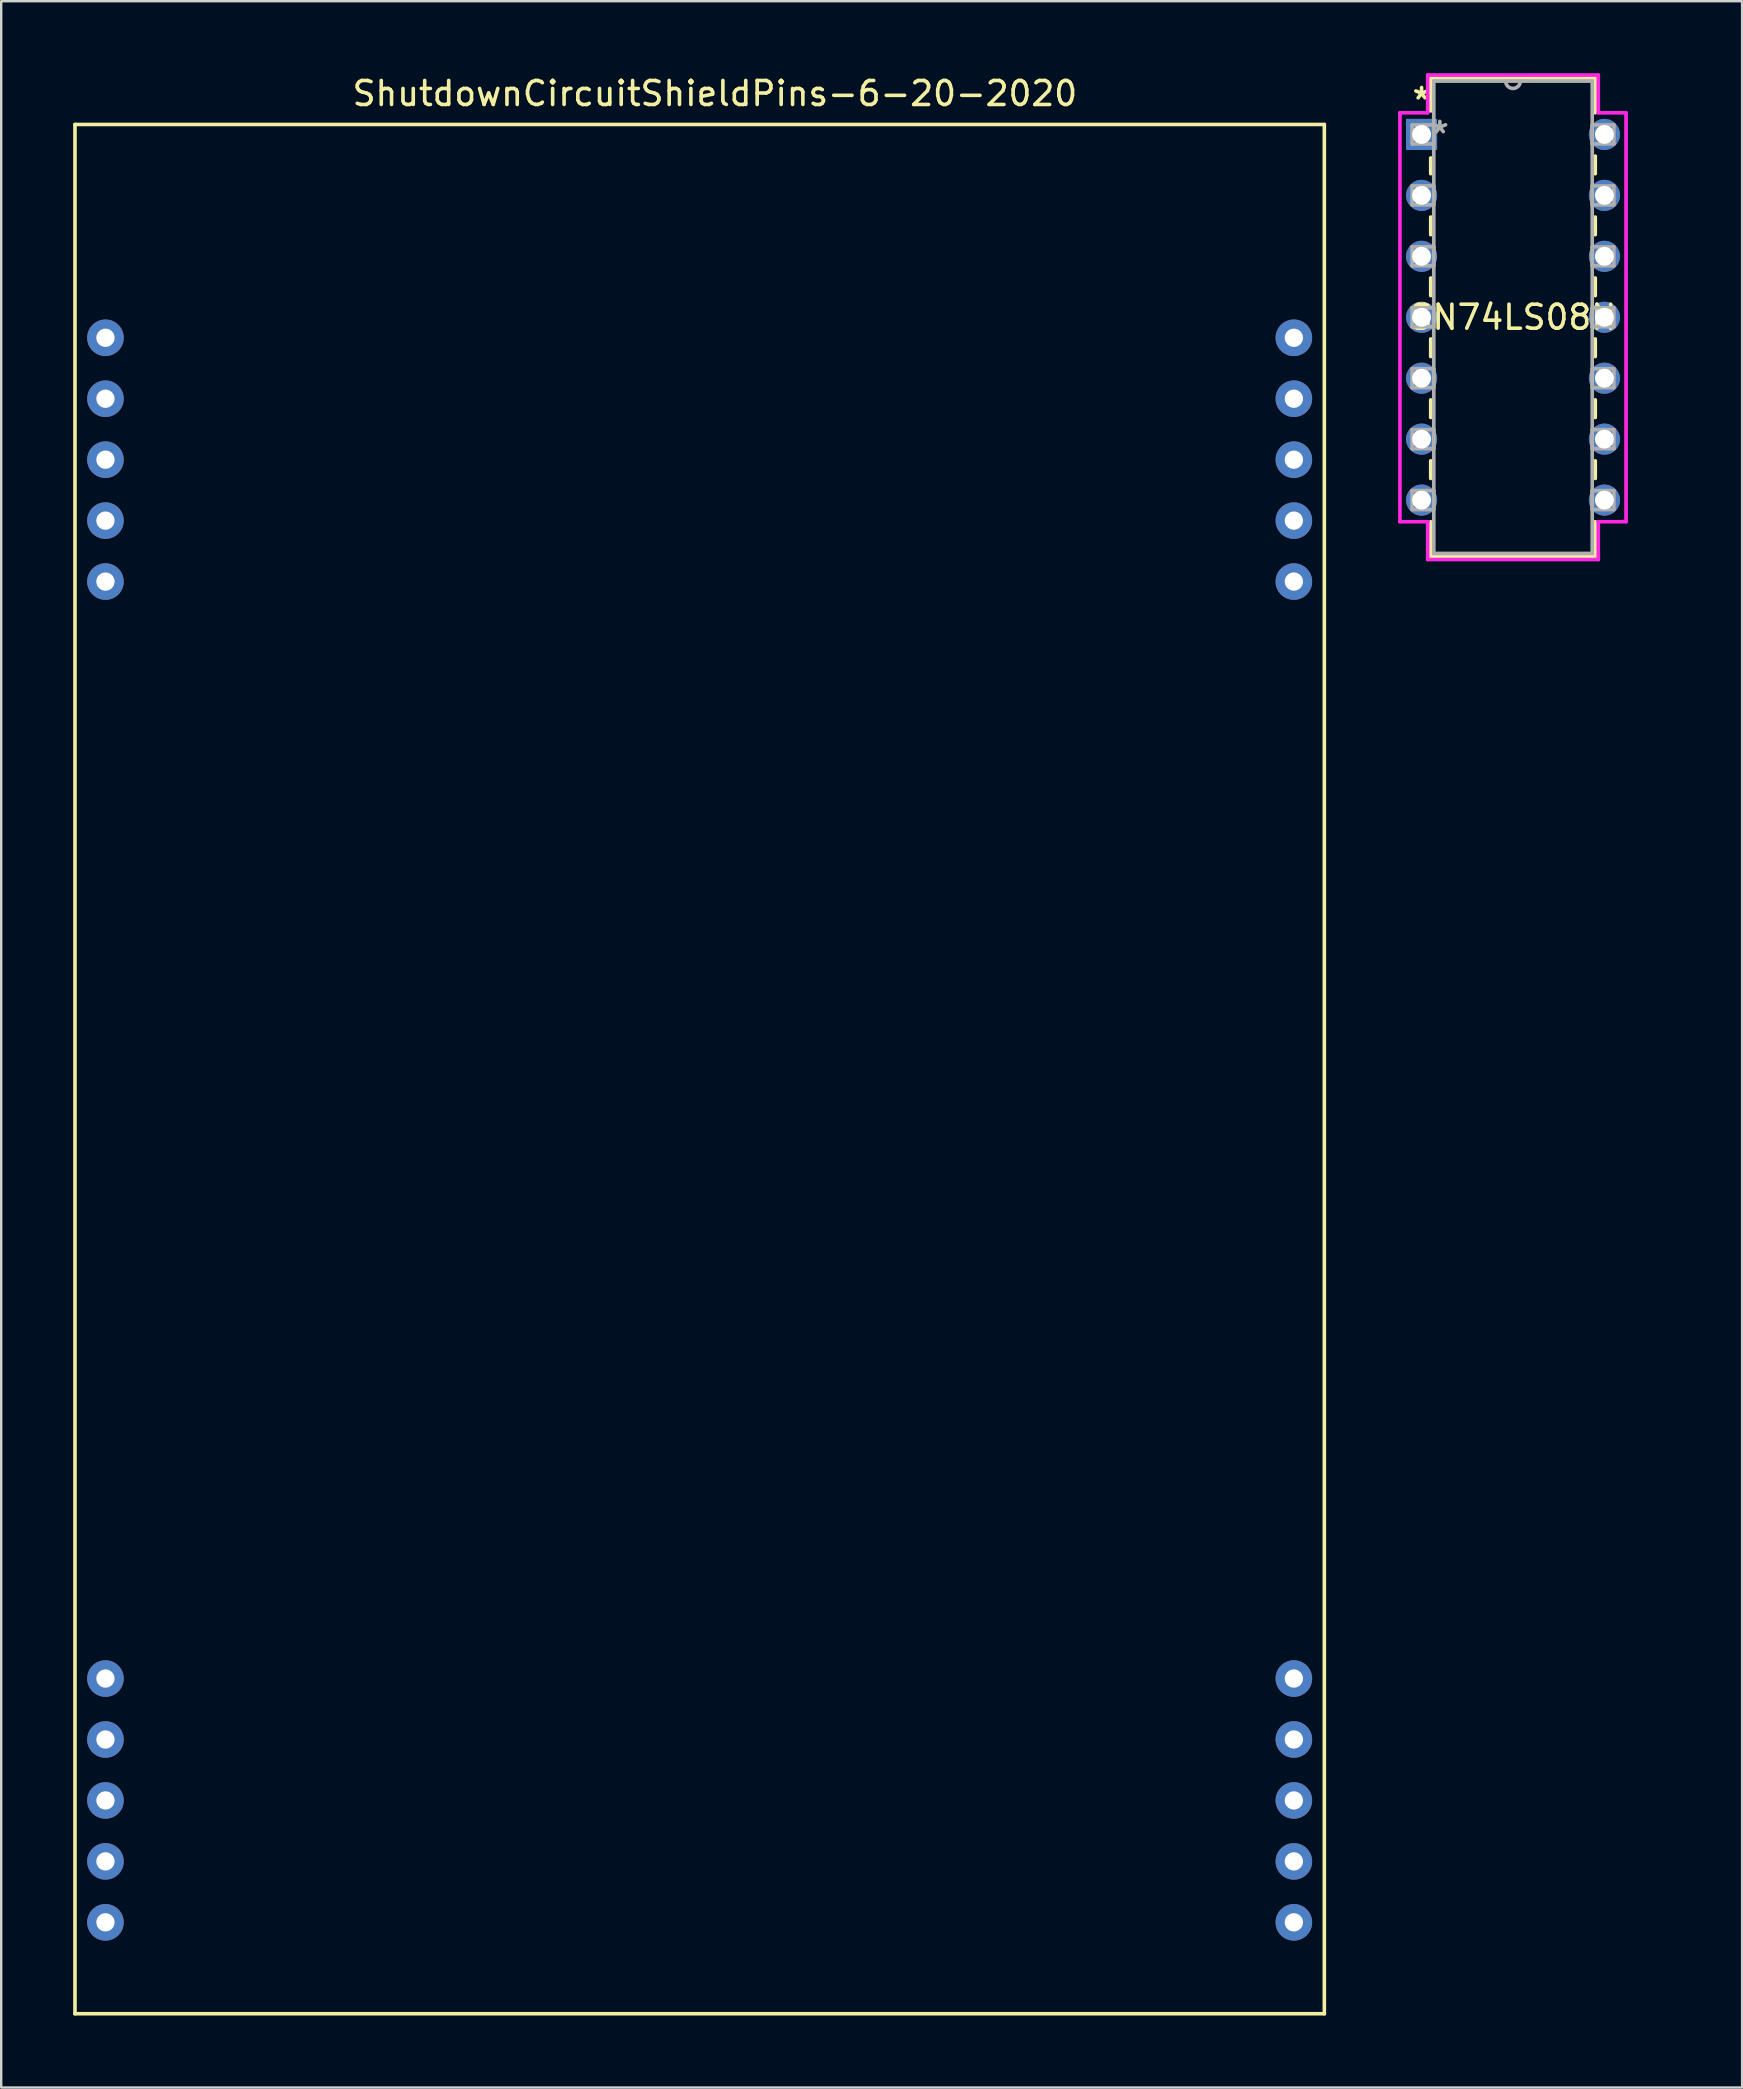
<source format=kicad_pcb>
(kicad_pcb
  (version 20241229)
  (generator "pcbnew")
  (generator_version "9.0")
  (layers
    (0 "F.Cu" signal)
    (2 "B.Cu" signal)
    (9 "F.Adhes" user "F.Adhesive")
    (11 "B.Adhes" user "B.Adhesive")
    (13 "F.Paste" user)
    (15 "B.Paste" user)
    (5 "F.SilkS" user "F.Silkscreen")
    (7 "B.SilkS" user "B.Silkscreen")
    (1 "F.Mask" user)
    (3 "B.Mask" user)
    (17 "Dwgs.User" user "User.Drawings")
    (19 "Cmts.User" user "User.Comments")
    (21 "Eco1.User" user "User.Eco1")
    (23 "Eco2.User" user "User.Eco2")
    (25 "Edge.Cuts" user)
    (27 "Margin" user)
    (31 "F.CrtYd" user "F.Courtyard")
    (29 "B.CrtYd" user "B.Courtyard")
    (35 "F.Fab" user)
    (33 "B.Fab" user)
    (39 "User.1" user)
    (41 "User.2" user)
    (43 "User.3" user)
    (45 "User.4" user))
  (footprint "ShutdownCircuitShieldPins-6-20-2020"
    (layer "F.Cu")
    (at 25.983 41.508)
    (property "Reference" "ShutdownCircuitShieldPins-6-20-2020" (at 0.762 -40.66 0) (layer "F.SilkS") (effects (font (size 1 1) (thickness 0.15))))
    (attr through_hole)
    (fp_line (start -25.908 -39.37) (end -25.908 39.37) (stroke (width 0.15) (type solid)) (layer "F.SilkS"))
    (fp_line (start -25.908 39.37) (end 26.162 39.37) (stroke (width 0.15) (type solid)) (layer "F.SilkS"))
    (fp_line (start 26.162 -39.37) (end -25.908 -39.37) (stroke (width 0.15) (type solid)) (layer "F.SilkS"))
    (fp_line (start 26.162 39.37) (end 26.162 -39.37) (stroke (width 0.15) (type solid)) (layer "F.SilkS"))
    (pad "1" thru_hole circle (at 24.892 -30.48) (size 1.524 1.524) (drill 0.762) (layers "*.Cu" "*.Mask"))
    (pad "2" thru_hole circle (at 24.892 -27.94) (size 1.524 1.524) (drill 0.762) (layers "*.Cu" "*.Mask"))
    (pad "3" thru_hole circle (at 24.892 -25.4) (size 1.524 1.524) (drill 0.762) (layers "*.Cu" "*.Mask"))
    (pad "4" thru_hole circle (at 24.892 -22.86) (size 1.524 1.524) (drill 0.762) (layers "*.Cu" "*.Mask"))
    (pad "5" thru_hole circle (at 24.892 -20.32) (size 1.524 1.524) (drill 0.762) (layers "*.Cu" "*.Mask"))
    (pad "6" thru_hole circle (at 24.892 25.4) (size 1.524 1.524) (drill 0.762) (layers "*.Cu" "*.Mask"))
    (pad "7" thru_hole circle (at 24.892 27.94) (size 1.524 1.524) (drill 0.762) (layers "*.Cu" "*.Mask"))
    (pad "8" thru_hole circle (at 24.892 30.48) (size 1.524 1.524) (drill 0.762) (layers "*.Cu" "*.Mask"))
    (pad "9" thru_hole circle (at 24.892 33.02) (size 1.524 1.524) (drill 0.762) (layers "*.Cu" "*.Mask"))
    (pad "10" thru_hole circle (at 24.892 35.56) (size 1.524 1.524) (drill 0.762) (layers "*.Cu" "*.Mask"))
    (pad "11" thru_hole circle (at -24.638 35.56) (size 1.524 1.524) (drill 0.762) (layers "*.Cu" "*.Mask"))
    (pad "12" thru_hole circle (at -24.638 33.02) (size 1.524 1.524) (drill 0.762) (layers "*.Cu" "*.Mask"))
    (pad "13" thru_hole circle (at -24.638 30.48) (size 1.524 1.524) (drill 0.762) (layers "*.Cu" "*.Mask"))
    (pad "14" thru_hole circle (at -24.638 27.94) (size 1.524 1.524) (drill 0.762) (layers "*.Cu" "*.Mask"))
    (pad "15" thru_hole circle (at -24.638 25.4) (size 1.524 1.524) (drill 0.762) (layers "*.Cu" "*.Mask"))
    (pad "16" thru_hole circle (at -24.638 -20.32) (size 1.524 1.524) (drill 0.762) (layers "*.Cu" "*.Mask"))
    (pad "17" thru_hole circle (at -24.638 -22.86) (size 1.524 1.524) (drill 0.762) (layers "*.Cu" "*.Mask" "B.Paste"))
    (pad "18" thru_hole circle (at -24.638 -25.4) (size 1.524 1.524) (drill 0.762) (layers "*.Cu" "*.Mask"))
    (pad "19" thru_hole circle (at -24.638 -27.94) (size 1.524 1.524) (drill 0.762) (layers "*.Cu" "*.Mask"))
    (pad "20" thru_hole circle (at -24.638 -30.48) (size 1.524 1.524) (drill 0.762) (layers "*.Cu" "*.Mask")))
  (footprint "SN74LS08N"
    (layer "F.Cu")
    (at 63.818 17.793)
    (property "Reference" "SN74LS08N" (at -3.81 -7.62 0) (layer "F.SilkS") (effects (font (size 1 1) (thickness 0.15))))
    (attr through_hole)
    (fp_line (start -7.239 -17.59) (end -7.239 -16.22) (stroke (width 0.152) (type solid)) (layer "F.SilkS"))
    (fp_line (start -7.239 -14.26) (end -7.239 -13.603) (stroke (width 0.152) (type solid)) (layer "F.SilkS"))
    (fp_line (start -7.239 -11.797) (end -7.239 -11.063) (stroke (width 0.152) (type solid)) (layer "F.SilkS"))
    (fp_line (start -7.239 -9.257) (end -7.239 -8.523) (stroke (width 0.152) (type solid)) (layer "F.SilkS"))
    (fp_line (start -7.239 -6.717) (end -7.239 -5.983) (stroke (width 0.152) (type solid)) (layer "F.SilkS"))
    (fp_line (start -7.239 -4.177) (end -7.239 -3.443) (stroke (width 0.152) (type solid)) (layer "F.SilkS"))
    (fp_line (start -7.239 -1.637) (end -7.239 -0.903) (stroke (width 0.152) (type solid)) (layer "F.SilkS"))
    (fp_line (start -7.239 0.903) (end -7.239 2.349) (stroke (width 0.152) (type solid)) (layer "F.SilkS"))
    (fp_line (start -7.239 2.349) (end -0.381 2.349) (stroke (width 0.152) (type solid)) (layer "F.SilkS"))
    (fp_line (start -0.381 -17.59) (end -7.239 -17.59) (stroke (width 0.152) (type solid)) (layer "F.SilkS"))
    (fp_line (start -0.381 -16.143) (end -0.381 -17.59) (stroke (width 0.152) (type solid)) (layer "F.SilkS"))
    (fp_line (start -0.381 -13.603) (end -0.381 -14.337) (stroke (width 0.152) (type solid)) (layer "F.SilkS"))
    (fp_line (start -0.381 -11.063) (end -0.381 -11.797) (stroke (width 0.152) (type solid)) (layer "F.SilkS"))
    (fp_line (start -0.381 -8.523) (end -0.381 -9.257) (stroke (width 0.152) (type solid)) (layer "F.SilkS"))
    (fp_line (start -0.381 -5.983) (end -0.381 -6.717) (stroke (width 0.152) (type solid)) (layer "F.SilkS"))
    (fp_line (start -0.381 -3.443) (end -0.381 -4.177) (stroke (width 0.152) (type solid)) (layer "F.SilkS"))
    (fp_line (start -0.381 -0.903) (end -0.381 -1.637) (stroke (width 0.152) (type solid)) (layer "F.SilkS"))
    (fp_line (start -0.381 2.349) (end -0.381 0.903) (stroke (width 0.152) (type solid)) (layer "F.SilkS"))
    (fp_line (start -8.522 -16.142) (end -8.522 0.902) (stroke (width 0.152) (type solid)) (layer "F.CrtYd"))
    (fp_line (start -8.522 0.902) (end -7.366 0.902) (stroke (width 0.152) (type solid)) (layer "F.CrtYd"))
    (fp_line (start -7.366 -17.716) (end -7.366 -16.142) (stroke (width 0.152) (type solid)) (layer "F.CrtYd"))
    (fp_line (start -7.366 -16.142) (end -8.522 -16.142) (stroke (width 0.152) (type solid)) (layer "F.CrtYd"))
    (fp_line (start -7.366 0.902) (end -7.366 2.477) (stroke (width 0.152) (type solid)) (layer "F.CrtYd"))
    (fp_line (start -7.366 2.477) (end -0.254 2.477) (stroke (width 0.152) (type solid)) (layer "F.CrtYd"))
    (fp_line (start -0.254 -17.716) (end -7.366 -17.716) (stroke (width 0.152) (type solid)) (layer "F.CrtYd"))
    (fp_line (start -0.254 -16.142) (end -0.254 -17.716) (stroke (width 0.152) (type solid)) (layer "F.CrtYd"))
    (fp_line (start -0.254 0.902) (end 0.902 0.902) (stroke (width 0.152) (type solid)) (layer "F.CrtYd"))
    (fp_line (start -0.254 2.477) (end -0.254 0.902) (stroke (width 0.152) (type solid)) (layer "F.CrtYd"))
    (fp_line (start 0.902 -16.142) (end -0.254 -16.142) (stroke (width 0.152) (type solid)) (layer "F.CrtYd"))
    (fp_line (start 0.902 0.902) (end 0.902 -16.142) (stroke (width 0.152) (type solid)) (layer "F.CrtYd"))
    (fp_line (start -8.014 -15.634) (end -8.014 -14.846) (stroke (width 0.152) (type solid)) (layer "F.Fab"))
    (fp_line (start -8.014 -14.846) (end -7.112 -14.846) (stroke (width 0.152) (type solid)) (layer "F.Fab"))
    (fp_line (start -8.014 -13.094) (end -8.014 -12.306) (stroke (width 0.152) (type solid)) (layer "F.Fab"))
    (fp_line (start -8.014 -12.306) (end -7.112 -12.306) (stroke (width 0.152) (type solid)) (layer "F.Fab"))
    (fp_line (start -8.014 -10.554) (end -8.014 -9.766) (stroke (width 0.152) (type solid)) (layer "F.Fab"))
    (fp_line (start -8.014 -9.766) (end -7.112 -9.766) (stroke (width 0.152) (type solid)) (layer "F.Fab"))
    (fp_line (start -8.014 -8.014) (end -8.014 -7.226) (stroke (width 0.152) (type solid)) (layer "F.Fab"))
    (fp_line (start -8.014 -7.226) (end -7.112 -7.226) (stroke (width 0.152) (type solid)) (layer "F.Fab"))
    (fp_line (start -8.014 -5.474) (end -8.014 -4.686) (stroke (width 0.152) (type solid)) (layer "F.Fab"))
    (fp_line (start -8.014 -4.686) (end -7.112 -4.686) (stroke (width 0.152) (type solid)) (layer "F.Fab"))
    (fp_line (start -8.014 -2.934) (end -8.014 -2.146) (stroke (width 0.152) (type solid)) (layer "F.Fab"))
    (fp_line (start -8.014 -2.146) (end -7.112 -2.146) (stroke (width 0.152) (type solid)) (layer "F.Fab"))
    (fp_line (start -8.014 -0.394) (end -8.014 0.394) (stroke (width 0.152) (type solid)) (layer "F.Fab"))
    (fp_line (start -8.014 0.394) (end -7.112 0.394) (stroke (width 0.152) (type solid)) (layer "F.Fab"))
    (fp_line (start -7.112 -17.462) (end -7.112 2.223) (stroke (width 0.152) (type solid)) (layer "F.Fab"))
    (fp_line (start -7.112 -15.634) (end -8.014 -15.634) (stroke (width 0.152) (type solid)) (layer "F.Fab"))
    (fp_line (start -7.112 -14.846) (end -7.112 -15.634) (stroke (width 0.152) (type solid)) (layer "F.Fab"))
    (fp_line (start -7.112 -13.094) (end -8.014 -13.094) (stroke (width 0.152) (type solid)) (layer "F.Fab"))
    (fp_line (start -7.112 -12.306) (end -7.112 -13.094) (stroke (width 0.152) (type solid)) (layer "F.Fab"))
    (fp_line (start -7.112 -10.554) (end -8.014 -10.554) (stroke (width 0.152) (type solid)) (layer "F.Fab"))
    (fp_line (start -7.112 -9.766) (end -7.112 -10.554) (stroke (width 0.152) (type solid)) (layer "F.Fab"))
    (fp_line (start -7.112 -8.014) (end -8.014 -8.014) (stroke (width 0.152) (type solid)) (layer "F.Fab"))
    (fp_line (start -7.112 -7.226) (end -7.112 -8.014) (stroke (width 0.152) (type solid)) (layer "F.Fab"))
    (fp_line (start -7.112 -5.474) (end -8.014 -5.474) (stroke (width 0.152) (type solid)) (layer "F.Fab"))
    (fp_line (start -7.112 -4.686) (end -7.112 -5.474) (stroke (width 0.152) (type solid)) (layer "F.Fab"))
    (fp_line (start -7.112 -2.934) (end -8.014 -2.934) (stroke (width 0.152) (type solid)) (layer "F.Fab"))
    (fp_line (start -7.112 -2.146) (end -7.112 -2.934) (stroke (width 0.152) (type solid)) (layer "F.Fab"))
    (fp_line (start -7.112 -0.394) (end -8.014 -0.394) (stroke (width 0.152) (type solid)) (layer "F.Fab"))
    (fp_line (start -7.112 0.394) (end -7.112 -0.394) (stroke (width 0.152) (type solid)) (layer "F.Fab"))
    (fp_line (start -7.112 2.223) (end -0.508 2.223) (stroke (width 0.152) (type solid)) (layer "F.Fab"))
    (fp_line (start -0.508 -17.462) (end -7.112 -17.462) (stroke (width 0.152) (type solid)) (layer "F.Fab"))
    (fp_line (start -0.508 -15.634) (end -0.508 -14.846) (stroke (width 0.152) (type solid)) (layer "F.Fab"))
    (fp_line (start -0.508 -14.846) (end 0.394 -14.846) (stroke (width 0.152) (type solid)) (layer "F.Fab"))
    (fp_line (start -0.508 -13.094) (end -0.508 -12.306) (stroke (width 0.152) (type solid)) (layer "F.Fab"))
    (fp_line (start -0.508 -12.306) (end 0.394 -12.306) (stroke (width 0.152) (type solid)) (layer "F.Fab"))
    (fp_line (start -0.508 -10.554) (end -0.508 -9.766) (stroke (width 0.152) (type solid)) (layer "F.Fab"))
    (fp_line (start -0.508 -9.766) (end 0.394 -9.766) (stroke (width 0.152) (type solid)) (layer "F.Fab"))
    (fp_line (start -0.508 -8.014) (end -0.508 -7.226) (stroke (width 0.152) (type solid)) (layer "F.Fab"))
    (fp_line (start -0.508 -7.226) (end 0.394 -7.226) (stroke (width 0.152) (type solid)) (layer "F.Fab"))
    (fp_line (start -0.508 -5.474) (end -0.508 -4.686) (stroke (width 0.152) (type solid)) (layer "F.Fab"))
    (fp_line (start -0.508 -4.686) (end 0.394 -4.686) (stroke (width 0.152) (type solid)) (layer "F.Fab"))
    (fp_line (start -0.508 -2.934) (end -0.508 -2.146) (stroke (width 0.152) (type solid)) (layer "F.Fab"))
    (fp_line (start -0.508 -2.146) (end 0.394 -2.146) (stroke (width 0.152) (type solid)) (layer "F.Fab"))
    (fp_line (start -0.508 -0.394) (end -0.508 0.394) (stroke (width 0.152) (type solid)) (layer "F.Fab"))
    (fp_line (start -0.508 0.394) (end 0.394 0.394) (stroke (width 0.152) (type solid)) (layer "F.Fab"))
    (fp_line (start -0.508 2.223) (end -0.508 -17.462) (stroke (width 0.152) (type solid)) (layer "F.Fab"))
    (fp_line (start 0.394 -15.634) (end -0.508 -15.634) (stroke (width 0.152) (type solid)) (layer "F.Fab"))
    (fp_line (start 0.394 -14.846) (end 0.394 -15.634) (stroke (width 0.152) (type solid)) (layer "F.Fab"))
    (fp_line (start 0.394 -13.094) (end -0.508 -13.094) (stroke (width 0.152) (type solid)) (layer "F.Fab"))
    (fp_line (start 0.394 -12.306) (end 0.394 -13.094) (stroke (width 0.152) (type solid)) (layer "F.Fab"))
    (fp_line (start 0.394 -10.554) (end -0.508 -10.554) (stroke (width 0.152) (type solid)) (layer "F.Fab"))
    (fp_line (start 0.394 -9.766) (end 0.394 -10.554) (stroke (width 0.152) (type solid)) (layer "F.Fab"))
    (fp_line (start 0.394 -8.014) (end -0.508 -8.014) (stroke (width 0.152) (type solid)) (layer "F.Fab"))
    (fp_line (start 0.394 -7.226) (end 0.394 -8.014) (stroke (width 0.152) (type solid)) (layer "F.Fab"))
    (fp_line (start 0.394 -5.474) (end -0.508 -5.474) (stroke (width 0.152) (type solid)) (layer "F.Fab"))
    (fp_line (start 0.394 -4.686) (end 0.394 -5.474) (stroke (width 0.152) (type solid)) (layer "F.Fab"))
    (fp_line (start 0.394 -2.934) (end -0.508 -2.934) (stroke (width 0.152) (type solid)) (layer "F.Fab"))
    (fp_line (start 0.394 -2.146) (end 0.394 -2.934) (stroke (width 0.152) (type solid)) (layer "F.Fab"))
    (fp_line (start 0.394 -0.394) (end -0.508 -0.394) (stroke (width 0.152) (type solid)) (layer "F.Fab"))
    (fp_line (start 0.394 0.394) (end 0.394 -0.394) (stroke (width 0.152) (type solid)) (layer "F.Fab"))
    (fp_arc (start -3.5052 -17.4625) (mid -3.81 -17.1577) (end -4.1148 -17.4625) (stroke (width 0.1524) (type solid)) (layer "F.Fab"))
    (fp_text user "*" (at -7.62 -16.65 0) (layer "F.SilkS") (effects (font (size 1 1) (thickness 0.15))))
    (fp_text user "Copyright 2016 Accelerated Designs. All rights reserved." (at 0 0 0) (layer "Cmts.User") (effects (font (size 0.127 0.127) (thickness 0.002))))
    (fp_text user "*" (at -6.858 -15.24 0) (layer "F.Fab") (effects (font (size 1 1) (thickness 0.15))))
    (pad "1" thru_hole rect (at -7.62 -15.24) (size 1.295 1.295) (drill 0.787) (layers "*.Cu" "*.Mask"))
    (pad "2" thru_hole circle (at -7.62 -12.7) (size 1.295 1.295) (drill 0.787) (layers "*.Cu" "*.Mask"))
    (pad "3" thru_hole circle (at -7.62 -10.16) (size 1.295 1.295) (drill 0.787) (layers "*.Cu" "*.Mask"))
    (pad "4" thru_hole circle (at -7.62 -7.62) (size 1.295 1.295) (drill 0.787) (layers "*.Cu" "*.Mask"))
    (pad "5" thru_hole circle (at -7.62 -5.08) (size 1.295 1.295) (drill 0.787) (layers "*.Cu" "*.Mask"))
    (pad "6" thru_hole circle (at -7.62 -2.54) (size 1.295 1.295) (drill 0.787) (layers "*.Cu" "*.Mask"))
    (pad "7" thru_hole circle (at -7.62 0) (size 1.295 1.295) (drill 0.787) (layers "*.Cu" "*.Mask"))
    (pad "8" thru_hole circle (at 0 0) (size 1.295 1.295) (drill 0.787) (layers "*.Cu" "*.Mask"))
    (pad "9" thru_hole circle (at 0 -2.54) (size 1.295 1.295) (drill 0.787) (layers "*.Cu" "*.Mask"))
    (pad "10" thru_hole circle (at 0 -5.08) (size 1.295 1.295) (drill 0.787) (layers "*.Cu" "*.Mask"))
    (pad "11" thru_hole circle (at 0 -7.62) (size 1.295 1.295) (drill 0.787) (layers "*.Cu" "*.Mask"))
    (pad "12" thru_hole circle (at 0 -10.16) (size 1.295 1.295) (drill 0.787) (layers "*.Cu" "*.Mask"))
    (pad "13" thru_hole circle (at 0 -12.7) (size 1.295 1.295) (drill 0.787) (layers "*.Cu" "*.Mask"))
    (pad "14" thru_hole circle (at 0 -15.24) (size 1.295 1.295) (drill 0.787) (layers "*.Cu" "*.Mask")))
  (gr_rect
    (start -3 -3)
    (end 69.557 83.953)
    (stroke (width 0.1) (type default))
    (fill no)
    (layer "Edge.Cuts")))
</source>
